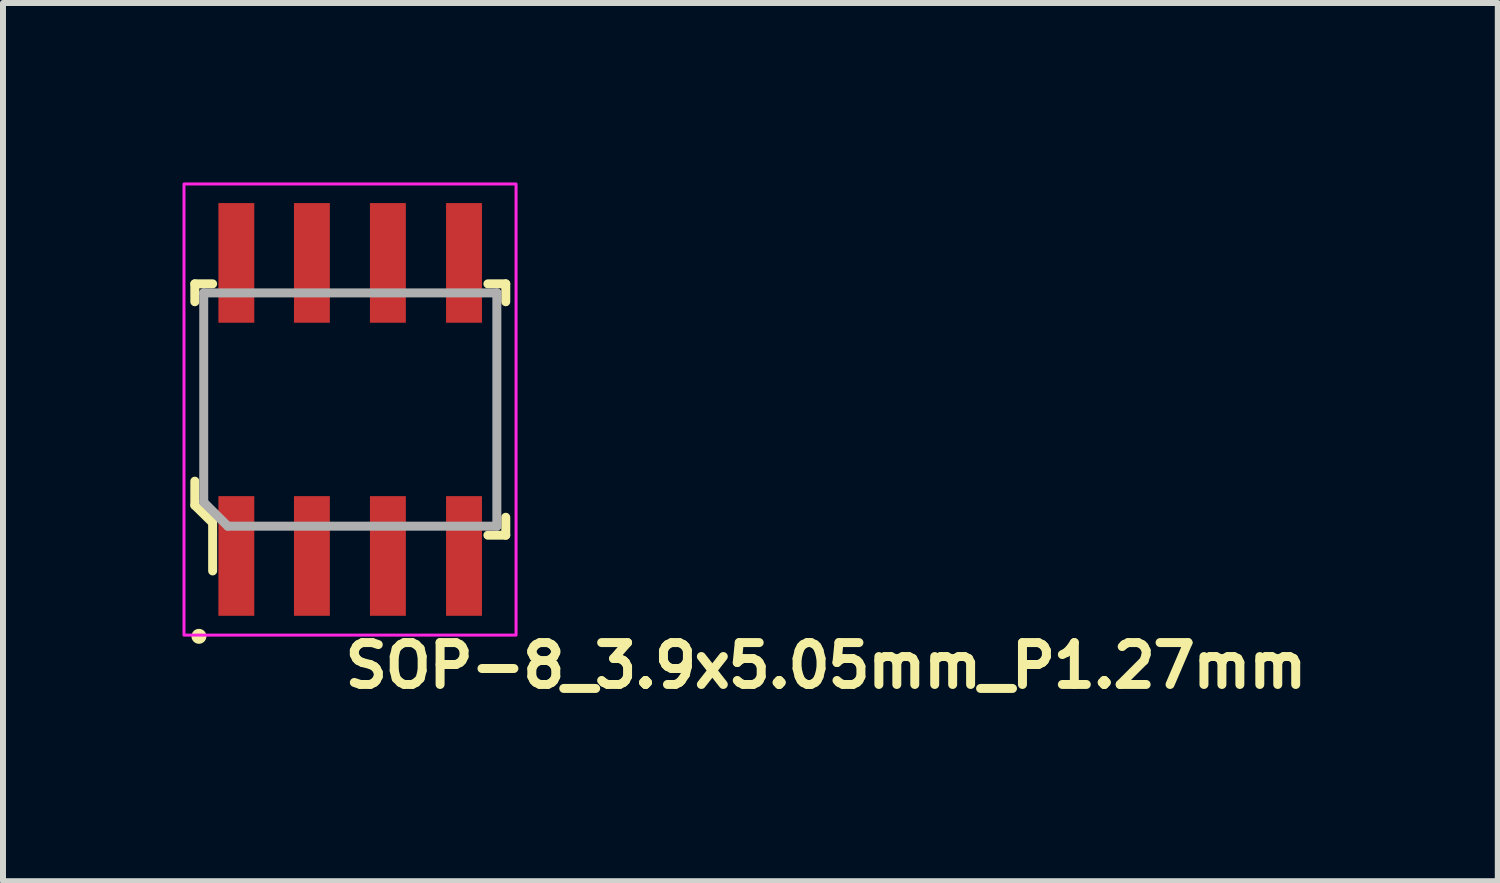
<source format=kicad_pcb>
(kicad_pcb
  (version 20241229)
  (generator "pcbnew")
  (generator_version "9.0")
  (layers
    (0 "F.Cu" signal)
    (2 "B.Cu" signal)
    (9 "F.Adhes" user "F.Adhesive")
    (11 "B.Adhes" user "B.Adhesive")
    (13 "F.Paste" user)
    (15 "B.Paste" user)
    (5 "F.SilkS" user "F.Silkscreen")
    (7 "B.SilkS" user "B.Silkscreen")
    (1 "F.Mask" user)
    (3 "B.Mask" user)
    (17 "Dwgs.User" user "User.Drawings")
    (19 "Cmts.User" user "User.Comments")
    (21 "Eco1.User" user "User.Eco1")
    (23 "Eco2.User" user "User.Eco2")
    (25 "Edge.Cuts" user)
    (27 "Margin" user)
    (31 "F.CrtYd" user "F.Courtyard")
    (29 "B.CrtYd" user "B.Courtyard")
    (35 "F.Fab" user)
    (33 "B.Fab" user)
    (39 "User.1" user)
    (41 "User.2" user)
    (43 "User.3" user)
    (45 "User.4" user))
  (footprint "SOP-8_3.9x5.05mm_P1.27mm"
    (layer "F.Cu")
    (at 2.815 3.775)
    (property "Reference" "SOP-8_3.9x5.05mm_P1.27mm" (at -0.175 4.708 0) (unlocked yes) (layer "F.SilkS") (effects (font (size 0.7 0.7) (thickness 0.15)) (justify left bottom)))
    (attr smd)
    (fp_line (start -2.609 -2.081) (end -2.609 -1.782) (stroke (width 0.15) (type solid)) (layer "F.SilkS"))
    (fp_line (start -2.609 1.217) (end -2.609 1.62) (stroke (width 0.15) (type solid)) (layer "F.SilkS"))
    (fp_line (start -2.609 1.62) (end -2.311 1.912) (stroke (width 0.15) (type solid)) (layer "F.SilkS"))
    (fp_line (start -2.311 -2.081) (end -2.609 -2.081) (stroke (width 0.15) (type solid)) (layer "F.SilkS"))
    (fp_line (start -2.311 1.912) (end -2.311 2.717) (stroke (width 0.15) (type solid)) (layer "F.SilkS"))
    (fp_line (start 2.289 -2.081) (end 2.588 -2.081) (stroke (width 0.15) (type solid)) (layer "F.SilkS"))
    (fp_line (start 2.289 2.12) (end 2.588 2.12) (stroke (width 0.15) (type solid)) (layer "F.SilkS"))
    (fp_line (start 2.588 -2.081) (end 2.588 -1.782) (stroke (width 0.15) (type solid)) (layer "F.SilkS"))
    (fp_line (start 2.588 2.12) (end 2.588 1.82) (stroke (width 0.15) (type solid)) (layer "F.SilkS"))
    (fp_circle (center -2.54 3.81) (end -2.49 3.81) (stroke (width 0.15) (type solid)) (fill yes) (layer "F.SilkS"))
    (fp_rect (start -2.79 -3.75) (end 2.76 3.79) (stroke (width 0.05) (type solid)) (fill no) (layer "F.CrtYd"))
    (fp_line (start -2.46 -1.93) (end 2.439 -1.93) (stroke (width 0.15) (type solid)) (layer "F.Fab"))
    (fp_line (start -2.46 1.568) (end -2.46 -1.93) (stroke (width 0.15) (type solid)) (layer "F.Fab"))
    (fp_line (start -2.46 1.568) (end -2.058 1.969) (stroke (width 0.15) (type solid)) (layer "F.Fab"))
    (fp_line (start -2.058 1.969) (end 2.439 1.969) (stroke (width 0.15) (type solid)) (layer "F.Fab"))
    (fp_line (start 2.439 -1.93) (end 2.439 1.969) (stroke (width 0.15) (type solid)) (layer "F.Fab"))
    (fp_rect (start -2.539 -3) (end 2.536 2.999) (stroke (width 0.1) (type solid)) (fill no) (layer "User.5"))
    (fp_line (start -2.539 -1.95) (end -2.447 -1.859) (stroke (width 0.02) (type solid)) (layer "User.9"))
    (fp_line (start -2.539 1.949) (end -2.539 -1.95) (stroke (width 0.02) (type solid)) (layer "User.9"))
    (fp_line (start -2.539 1.949) (end -2.447 1.858) (stroke (width 0.02) (type solid)) (layer "User.9"))
    (fp_line (start -2.447 1.858) (end -2.398 1.808) (stroke (width 0.02) (type solid)) (layer "User.9"))
    (fp_line (start -2.398 -1.809) (end -2.447 -1.859) (stroke (width 0.02) (type solid)) (layer "User.9"))
    (fp_line (start -2.148 1.314) (end -2.148 1.314) (stroke (width 0.02) (type solid)) (layer "User.9"))
    (fp_line (start -2.148 1.314) (end -2.146 1.326) (stroke (width 0.02) (type solid)) (layer "User.9"))
    (fp_line (start -2.146 1.302) (end -2.148 1.314) (stroke (width 0.02) (type solid)) (layer "User.9"))
    (fp_line (start -2.146 1.326) (end -2.145 1.338) (stroke (width 0.02) (type solid)) (layer "User.9"))
    (fp_line (start -2.145 1.277) (end -2.145 1.29) (stroke (width 0.02) (type solid)) (layer "User.9"))
    (fp_line (start -2.145 1.29) (end -2.146 1.302) (stroke (width 0.02) (type solid)) (layer "User.9"))
    (fp_line (start -2.145 1.338) (end -2.145 1.352) (stroke (width 0.02) (type solid)) (layer "User.9"))
    (fp_line (start -2.145 1.352) (end -2.142 1.364) (stroke (width 0.02) (type solid)) (layer "User.9"))
    (fp_line (start -2.142 1.265) (end -2.145 1.277) (stroke (width 0.02) (type solid)) (layer "User.9"))
    (fp_line (start -2.142 1.364) (end -2.14 1.374) (stroke (width 0.02) (type solid)) (layer "User.9"))
    (fp_line (start -2.14 1.253) (end -2.142 1.265) (stroke (width 0.02) (type solid)) (layer "User.9"))
    (fp_line (start -2.14 1.374) (end -2.137 1.386) (stroke (width 0.02) (type solid)) (layer "User.9"))
    (fp_line (start -2.137 1.241) (end -2.14 1.253) (stroke (width 0.02) (type solid)) (layer "User.9"))
    (fp_line (start -2.137 1.386) (end -2.133 1.398) (stroke (width 0.02) (type solid)) (layer "User.9"))
    (fp_line (start -2.133 1.231) (end -2.137 1.241) (stroke (width 0.02) (type solid)) (layer "User.9"))
    (fp_line (start -2.133 1.398) (end -2.129 1.409) (stroke (width 0.02) (type solid)) (layer "User.9"))
    (fp_line (start -2.129 1.219) (end -2.133 1.231) (stroke (width 0.02) (type solid)) (layer "User.9"))
    (fp_line (start -2.129 1.409) (end -2.124 1.419) (stroke (width 0.02) (type solid)) (layer "User.9"))
    (fp_line (start -2.125 -2.725) (end -2.125 -3) (stroke (width 0.02) (type solid)) (layer "User.9"))
    (fp_line (start -2.125 -2.725) (end -2.125 -2.634) (stroke (width 0.02) (type solid)) (layer "User.9"))
    (fp_line (start -2.125 -2.634) (end -2.125 -2.165) (stroke (width 0.02) (type solid)) (layer "User.9"))
    (fp_line (start -2.125 -2.165) (end -2.125 -2.074) (stroke (width 0.02) (type solid)) (layer "User.9"))
    (fp_line (start -2.125 -1.95) (end -2.125 -2.074) (stroke (width 0.02) (type solid)) (layer "User.9"))
    (fp_line (start -2.125 2.072) (end -2.125 1.949) (stroke (width 0.02) (type solid)) (layer "User.9"))
    (fp_line (start -2.125 2.164) (end -2.125 2.072) (stroke (width 0.02) (type solid)) (layer "User.9"))
    (fp_line (start -2.125 2.632) (end -2.125 2.164) (stroke (width 0.02) (type solid)) (layer "User.9"))
    (fp_line (start -2.125 2.722) (end -2.125 2.632) (stroke (width 0.02) (type solid)) (layer "User.9"))
    (fp_line (start -2.125 2.999) (end -2.125 2.722) (stroke (width 0.02) (type solid)) (layer "User.9"))
    (fp_line (start -2.124 1.209) (end -2.129 1.219) (stroke (width 0.02) (type solid)) (layer "User.9"))
    (fp_line (start -2.124 1.419) (end -2.117 1.431) (stroke (width 0.02) (type solid)) (layer "User.9"))
    (fp_line (start -2.117 1.197) (end -2.124 1.209) (stroke (width 0.02) (type solid)) (layer "User.9"))
    (fp_line (start -2.117 1.431) (end -2.112 1.441) (stroke (width 0.02) (type solid)) (layer "User.9"))
    (fp_line (start -2.112 1.187) (end -2.117 1.197) (stroke (width 0.02) (type solid)) (layer "User.9"))
    (fp_line (start -2.112 1.441) (end -2.105 1.451) (stroke (width 0.02) (type solid)) (layer "User.9"))
    (fp_line (start -2.105 1.177) (end -2.112 1.187) (stroke (width 0.02) (type solid)) (layer "User.9"))
    (fp_line (start -2.105 1.451) (end -2.098 1.459) (stroke (width 0.02) (type solid)) (layer "User.9"))
    (fp_line (start -2.098 1.169) (end -2.105 1.177) (stroke (width 0.02) (type solid)) (layer "User.9"))
    (fp_line (start -2.098 1.459) (end -2.092 1.469) (stroke (width 0.02) (type solid)) (layer "User.9"))
    (fp_line (start -2.092 1.159) (end -2.098 1.169) (stroke (width 0.02) (type solid)) (layer "User.9"))
    (fp_line (start -2.092 1.469) (end -2.084 1.477) (stroke (width 0.02) (type solid)) (layer "User.9"))
    (fp_line (start -2.084 1.15) (end -2.092 1.159) (stroke (width 0.02) (type solid)) (layer "User.9"))
    (fp_line (start -2.084 1.477) (end -2.076 1.487) (stroke (width 0.02) (type solid)) (layer "User.9"))
    (fp_line (start -2.076 1.142) (end -2.084 1.15) (stroke (width 0.02) (type solid)) (layer "User.9"))
    (fp_line (start -2.076 1.487) (end -2.068 1.495) (stroke (width 0.02) (type solid)) (layer "User.9"))
    (fp_line (start -2.068 1.134) (end -2.076 1.142) (stroke (width 0.02) (type solid)) (layer "User.9"))
    (fp_line (start -2.068 1.495) (end -2.058 1.503) (stroke (width 0.02) (type solid)) (layer "User.9"))
    (fp_line (start -2.058 1.126) (end -2.068 1.134) (stroke (width 0.02) (type solid)) (layer "User.9"))
    (fp_line (start -2.058 1.503) (end -2.049 1.509) (stroke (width 0.02) (type solid)) (layer "User.9"))
    (fp_line (start -2.049 1.118) (end -2.058 1.126) (stroke (width 0.02) (type solid)) (layer "User.9"))
    (fp_line (start -2.049 1.509) (end -2.04 1.517) (stroke (width 0.02) (type solid)) (layer "User.9"))
    (fp_line (start -2.04 1.112) (end -2.049 1.118) (stroke (width 0.02) (type solid)) (layer "User.9"))
    (fp_line (start -2.04 1.517) (end -2.029 1.523) (stroke (width 0.02) (type solid)) (layer "User.9"))
    (fp_line (start -2.029 1.106) (end -2.04 1.112) (stroke (width 0.02) (type solid)) (layer "User.9"))
    (fp_line (start -2.029 1.523) (end -2.02 1.529) (stroke (width 0.02) (type solid)) (layer "User.9"))
    (fp_line (start -2.02 1.1) (end -2.029 1.106) (stroke (width 0.02) (type solid)) (layer "User.9"))
    (fp_line (start -2.02 1.529) (end -2.009 1.533) (stroke (width 0.02) (type solid)) (layer "User.9"))
    (fp_line (start -2.009 1.094) (end -2.02 1.1) (stroke (width 0.02) (type solid)) (layer "User.9"))
    (fp_line (start -2.009 1.533) (end -1.998 1.538) (stroke (width 0.02) (type solid)) (layer "User.9"))
    (fp_line (start -1.998 1.09) (end -2.009 1.094) (stroke (width 0.02) (type solid)) (layer "User.9"))
    (fp_line (start -1.998 1.538) (end -1.988 1.542) (stroke (width 0.02) (type solid)) (layer "User.9"))
    (fp_line (start -1.988 1.086) (end -1.998 1.09) (stroke (width 0.02) (type solid)) (layer "User.9"))
    (fp_line (start -1.988 1.542) (end -1.976 1.546) (stroke (width 0.02) (type solid)) (layer "User.9"))
    (fp_line (start -1.976 1.082) (end -1.988 1.086) (stroke (width 0.02) (type solid)) (layer "User.9"))
    (fp_line (start -1.976 1.546) (end -1.964 1.55) (stroke (width 0.02) (type solid)) (layer "User.9"))
    (fp_line (start -1.964 1.078) (end -1.976 1.082) (stroke (width 0.02) (type solid)) (layer "User.9"))
    (fp_line (start -1.964 1.55) (end -1.952 1.552) (stroke (width 0.02) (type solid)) (layer "User.9"))
    (fp_line (start -1.952 1.076) (end -1.964 1.078) (stroke (width 0.02) (type solid)) (layer "User.9"))
    (fp_line (start -1.952 1.552) (end -1.94 1.554) (stroke (width 0.02) (type solid)) (layer "User.9"))
    (fp_line (start -1.94 1.074) (end -1.952 1.076) (stroke (width 0.02) (type solid)) (layer "User.9"))
    (fp_line (start -1.94 1.554) (end -1.928 1.556) (stroke (width 0.02) (type solid)) (layer "User.9"))
    (fp_line (start -1.928 1.072) (end -1.94 1.074) (stroke (width 0.02) (type solid)) (layer "User.9"))
    (fp_line (start -1.928 1.556) (end -1.917 1.558) (stroke (width 0.02) (type solid)) (layer "User.9"))
    (fp_line (start -1.917 1.07) (end -1.928 1.072) (stroke (width 0.02) (type solid)) (layer "User.9"))
    (fp_line (start -1.917 1.558) (end -1.903 1.558) (stroke (width 0.02) (type solid)) (layer "User.9"))
    (fp_line (start -1.903 1.07) (end -1.917 1.07) (stroke (width 0.02) (type solid)) (layer "User.9"))
    (fp_line (start -1.903 1.07) (end -1.903 1.07) (stroke (width 0.02) (type solid)) (layer "User.9"))
    (fp_line (start -1.903 1.558) (end -1.903 1.558) (stroke (width 0.02) (type solid)) (layer "User.9"))
    (fp_line (start -1.903 1.558) (end -1.891 1.558) (stroke (width 0.02) (type solid)) (layer "User.9"))
    (fp_line (start -1.891 1.07) (end -1.903 1.07) (stroke (width 0.02) (type solid)) (layer "User.9"))
    (fp_line (start -1.891 1.558) (end -1.879 1.556) (stroke (width 0.02) (type solid)) (layer "User.9"))
    (fp_line (start -1.879 1.072) (end -1.891 1.07) (stroke (width 0.02) (type solid)) (layer "User.9"))
    (fp_line (start -1.879 1.556) (end -1.867 1.554) (stroke (width 0.02) (type solid)) (layer "User.9"))
    (fp_line (start -1.867 1.074) (end -1.879 1.072) (stroke (width 0.02) (type solid)) (layer "User.9"))
    (fp_line (start -1.867 1.554) (end -1.855 1.552) (stroke (width 0.02) (type solid)) (layer "User.9"))
    (fp_line (start -1.855 1.076) (end -1.867 1.074) (stroke (width 0.02) (type solid)) (layer "User.9"))
    (fp_line (start -1.855 1.552) (end -1.843 1.55) (stroke (width 0.02) (type solid)) (layer "User.9"))
    (fp_line (start -1.843 1.078) (end -1.855 1.076) (stroke (width 0.02) (type solid)) (layer "User.9"))
    (fp_line (start -1.843 1.55) (end -1.831 1.546) (stroke (width 0.02) (type solid)) (layer "User.9"))
    (fp_line (start -1.831 1.082) (end -1.843 1.078) (stroke (width 0.02) (type solid)) (layer "User.9"))
    (fp_line (start -1.831 1.546) (end -1.819 1.542) (stroke (width 0.02) (type solid)) (layer "User.9"))
    (fp_line (start -1.819 1.086) (end -1.831 1.082) (stroke (width 0.02) (type solid)) (layer "User.9"))
    (fp_line (start -1.819 1.542) (end -1.809 1.538) (stroke (width 0.02) (type solid)) (layer "User.9"))
    (fp_line (start -1.809 1.09) (end -1.819 1.086) (stroke (width 0.02) (type solid)) (layer "User.9"))
    (fp_line (start -1.809 1.538) (end -1.797 1.533) (stroke (width 0.02) (type solid)) (layer "User.9"))
    (fp_line (start -1.797 1.094) (end -1.809 1.09) (stroke (width 0.02) (type solid)) (layer "User.9"))
    (fp_line (start -1.797 1.533) (end -1.788 1.529) (stroke (width 0.02) (type solid)) (layer "User.9"))
    (fp_line (start -1.788 1.1) (end -1.797 1.094) (stroke (width 0.02) (type solid)) (layer "User.9"))
    (fp_line (start -1.788 1.529) (end -1.778 1.523) (stroke (width 0.02) (type solid)) (layer "User.9"))
    (fp_line (start -1.778 1.106) (end -1.788 1.1) (stroke (width 0.02) (type solid)) (layer "User.9"))
    (fp_line (start -1.778 1.523) (end -1.768 1.517) (stroke (width 0.02) (type solid)) (layer "User.9"))
    (fp_line (start -1.768 1.112) (end -1.778 1.106) (stroke (width 0.02) (type solid)) (layer "User.9"))
    (fp_line (start -1.768 1.517) (end -1.758 1.509) (stroke (width 0.02) (type solid)) (layer "User.9"))
    (fp_line (start -1.758 1.118) (end -1.768 1.112) (stroke (width 0.02) (type solid)) (layer "User.9"))
    (fp_line (start -1.758 1.509) (end -1.748 1.503) (stroke (width 0.02) (type solid)) (layer "User.9"))
    (fp_line (start -1.748 1.126) (end -1.758 1.118) (stroke (width 0.02) (type solid)) (layer "User.9"))
    (fp_line (start -1.748 1.503) (end -1.74 1.495) (stroke (width 0.02) (type solid)) (layer "User.9"))
    (fp_line (start -1.74 1.134) (end -1.748 1.126) (stroke (width 0.02) (type solid)) (layer "User.9"))
    (fp_line (start -1.74 1.495) (end -1.732 1.487) (stroke (width 0.02) (type solid)) (layer "User.9"))
    (fp_line (start -1.732 1.142) (end -1.74 1.134) (stroke (width 0.02) (type solid)) (layer "User.9"))
    (fp_line (start -1.732 1.487) (end -1.724 1.477) (stroke (width 0.02) (type solid)) (layer "User.9"))
    (fp_line (start -1.724 1.15) (end -1.732 1.142) (stroke (width 0.02) (type solid)) (layer "User.9"))
    (fp_line (start -1.724 1.477) (end -1.716 1.469) (stroke (width 0.02) (type solid)) (layer "User.9"))
    (fp_line (start -1.716 1.159) (end -1.724 1.15) (stroke (width 0.02) (type solid)) (layer "User.9"))
    (fp_line (start -1.716 1.469) (end -1.708 1.459) (stroke (width 0.02) (type solid)) (layer "User.9"))
    (fp_line (start -1.708 1.169) (end -1.716 1.159) (stroke (width 0.02) (type solid)) (layer "User.9"))
    (fp_line (start -1.708 1.459) (end -1.702 1.451) (stroke (width 0.02) (type solid)) (layer "User.9"))
    (fp_line (start -1.702 1.177) (end -1.708 1.169) (stroke (width 0.02) (type solid)) (layer "User.9"))
    (fp_line (start -1.702 1.451) (end -1.696 1.441) (stroke (width 0.02) (type solid)) (layer "User.9"))
    (fp_line (start -1.696 1.187) (end -1.702 1.177) (stroke (width 0.02) (type solid)) (layer "User.9"))
    (fp_line (start -1.696 1.441) (end -1.69 1.431) (stroke (width 0.02) (type solid)) (layer "User.9"))
    (fp_line (start -1.69 1.197) (end -1.696 1.187) (stroke (width 0.02) (type solid)) (layer "User.9"))
    (fp_line (start -1.69 1.431) (end -1.684 1.419) (stroke (width 0.02) (type solid)) (layer "User.9"))
    (fp_line (start -1.686 -3) (end -2.125 -3) (stroke (width 0.02) (type solid)) (layer "User.9"))
    (fp_line (start -1.686 -2.725) (end -1.686 -3) (stroke (width 0.02) (type solid)) (layer "User.9"))
    (fp_line (start -1.686 -2.725) (end -1.686 -2.634) (stroke (width 0.02) (type solid)) (layer "User.9"))
    (fp_line (start -1.686 -2.634) (end -1.686 -2.165) (stroke (width 0.02) (type solid)) (layer "User.9"))
    (fp_line (start -1.686 -2.165) (end -1.686 -2.074) (stroke (width 0.02) (type solid)) (layer "User.9"))
    (fp_line (start -1.686 -1.95) (end -2.125 -1.95) (stroke (width 0.02) (type solid)) (layer "User.9"))
    (fp_line (start -1.686 -1.95) (end -1.686 -2.074) (stroke (width 0.02) (type solid)) (layer "User.9"))
    (fp_line (start -1.686 1.949) (end -2.125 1.949) (stroke (width 0.02) (type solid)) (layer "User.9"))
    (fp_line (start -1.686 2.072) (end -1.686 1.949) (stroke (width 0.02) (type solid)) (layer "User.9"))
    (fp_line (start -1.686 2.164) (end -1.686 2.072) (stroke (width 0.02) (type solid)) (layer "User.9"))
    (fp_line (start -1.686 2.632) (end -1.686 2.164) (stroke (width 0.02) (type solid)) (layer "User.9"))
    (fp_line (start -1.686 2.722) (end -1.686 2.632) (stroke (width 0.02) (type solid)) (layer "User.9"))
    (fp_line (start -1.686 2.999) (end -2.125 2.999) (stroke (width 0.02) (type solid)) (layer "User.9"))
    (fp_line (start -1.686 2.999) (end -1.686 2.722) (stroke (width 0.02) (type solid)) (layer "User.9"))
    (fp_line (start -1.684 1.209) (end -1.69 1.197) (stroke (width 0.02) (type solid)) (layer "User.9"))
    (fp_line (start -1.684 1.419) (end -1.678 1.409) (stroke (width 0.02) (type solid)) (layer "User.9"))
    (fp_line (start -1.678 1.219) (end -1.684 1.209) (stroke (width 0.02) (type solid)) (layer "User.9"))
    (fp_line (start -1.678 1.409) (end -1.674 1.398) (stroke (width 0.02) (type solid)) (layer "User.9"))
    (fp_line (start -1.674 1.231) (end -1.678 1.219) (stroke (width 0.02) (type solid)) (layer "User.9"))
    (fp_line (start -1.674 1.398) (end -1.67 1.386) (stroke (width 0.02) (type solid)) (layer "User.9"))
    (fp_line (start -1.67 1.241) (end -1.674 1.231) (stroke (width 0.02) (type solid)) (layer "User.9"))
    (fp_line (start -1.67 1.386) (end -1.668 1.374) (stroke (width 0.02) (type solid)) (layer "User.9"))
    (fp_line (start -1.668 1.253) (end -1.67 1.241) (stroke (width 0.02) (type solid)) (layer "User.9"))
    (fp_line (start -1.668 1.374) (end -1.665 1.364) (stroke (width 0.02) (type solid)) (layer "User.9"))
    (fp_line (start -1.665 1.265) (end -1.668 1.253) (stroke (width 0.02) (type solid)) (layer "User.9"))
    (fp_line (start -1.665 1.364) (end -1.663 1.352) (stroke (width 0.02) (type solid)) (layer "User.9"))
    (fp_line (start -1.663 1.277) (end -1.665 1.265) (stroke (width 0.02) (type solid)) (layer "User.9"))
    (fp_line (start -1.663 1.352) (end -1.661 1.338) (stroke (width 0.02) (type solid)) (layer "User.9"))
    (fp_line (start -1.661 1.29) (end -1.663 1.277) (stroke (width 0.02) (type solid)) (layer "User.9"))
    (fp_line (start -1.661 1.302) (end -1.661 1.29) (stroke (width 0.02) (type solid)) (layer "User.9"))
    (fp_line (start -1.661 1.326) (end -1.659 1.314) (stroke (width 0.02) (type solid)) (layer "User.9"))
    (fp_line (start -1.661 1.338) (end -1.661 1.326) (stroke (width 0.02) (type solid)) (layer "User.9"))
    (fp_line (start -1.659 1.314) (end -1.661 1.302) (stroke (width 0.02) (type solid)) (layer "User.9"))
    (fp_line (start -1.659 1.314) (end -1.659 1.314) (stroke (width 0.02) (type solid)) (layer "User.9"))
    (fp_line (start -1.659 1.314) (end -1.659 1.314) (stroke (width 0.02) (type solid)) (layer "User.9"))
    (fp_line (start -0.855 -2.725) (end -0.855 -3) (stroke (width 0.02) (type solid)) (layer "User.9"))
    (fp_line (start -0.855 -2.725) (end -0.855 -2.634) (stroke (width 0.02) (type solid)) (layer "User.9"))
    (fp_line (start -0.855 -2.634) (end -0.855 -2.165) (stroke (width 0.02) (type solid)) (layer "User.9"))
    (fp_line (start -0.855 -2.165) (end -0.855 -2.074) (stroke (width 0.02) (type solid)) (layer "User.9"))
    (fp_line (start -0.855 -1.95) (end -0.855 -2.074) (stroke (width 0.02) (type solid)) (layer "User.9"))
    (fp_line (start -0.855 2.072) (end -0.855 1.949) (stroke (width 0.02) (type solid)) (layer "User.9"))
    (fp_line (start -0.855 2.164) (end -0.855 2.072) (stroke (width 0.02) (type solid)) (layer "User.9"))
    (fp_line (start -0.855 2.632) (end -0.855 2.164) (stroke (width 0.02) (type solid)) (layer "User.9"))
    (fp_line (start -0.855 2.722) (end -0.855 2.632) (stroke (width 0.02) (type solid)) (layer "User.9"))
    (fp_line (start -0.855 2.999) (end -0.855 2.722) (stroke (width 0.02) (type solid)) (layer "User.9"))
    (fp_line (start -0.416 -3) (end -0.855 -3) (stroke (width 0.02) (type solid)) (layer "User.9"))
    (fp_line (start -0.416 -2.725) (end -0.416 -3) (stroke (width 0.02) (type solid)) (layer "User.9"))
    (fp_line (start -0.416 -2.725) (end -0.416 -2.634) (stroke (width 0.02) (type solid)) (layer "User.9"))
    (fp_line (start -0.416 -2.634) (end -0.416 -2.165) (stroke (width 0.02) (type solid)) (layer "User.9"))
    (fp_line (start -0.416 -2.165) (end -0.416 -2.074) (stroke (width 0.02) (type solid)) (layer "User.9"))
    (fp_line (start -0.416 -1.95) (end -0.855 -1.95) (stroke (width 0.02) (type solid)) (layer "User.9"))
    (fp_line (start -0.416 -1.95) (end -0.416 -2.074) (stroke (width 0.02) (type solid)) (layer "User.9"))
    (fp_line (start -0.416 1.949) (end -0.855 1.949) (stroke (width 0.02) (type solid)) (layer "User.9"))
    (fp_line (start -0.416 2.072) (end -0.416 1.949) (stroke (width 0.02) (type solid)) (layer "User.9"))
    (fp_line (start -0.416 2.164) (end -0.416 2.072) (stroke (width 0.02) (type solid)) (layer "User.9"))
    (fp_line (start -0.416 2.632) (end -0.416 2.164) (stroke (width 0.02) (type solid)) (layer "User.9"))
    (fp_line (start -0.416 2.722) (end -0.416 2.632) (stroke (width 0.02) (type solid)) (layer "User.9"))
    (fp_line (start -0.416 2.999) (end -0.855 2.999) (stroke (width 0.02) (type solid)) (layer "User.9"))
    (fp_line (start -0.416 2.999) (end -0.416 2.722) (stroke (width 0.02) (type solid)) (layer "User.9"))
    (fp_line (start 0.414 -2.725) (end 0.414 -3) (stroke (width 0.02) (type solid)) (layer "User.9"))
    (fp_line (start 0.414 -2.725) (end 0.414 -2.634) (stroke (width 0.02) (type solid)) (layer "User.9"))
    (fp_line (start 0.414 -2.634) (end 0.414 -2.165) (stroke (width 0.02) (type solid)) (layer "User.9"))
    (fp_line (start 0.414 -2.165) (end 0.414 -2.074) (stroke (width 0.02) (type solid)) (layer "User.9"))
    (fp_line (start 0.414 -1.95) (end 0.414 -2.074) (stroke (width 0.02) (type solid)) (layer "User.9"))
    (fp_line (start 0.414 2.072) (end 0.414 1.949) (stroke (width 0.02) (type solid)) (layer "User.9"))
    (fp_line (start 0.414 2.164) (end 0.414 2.072) (stroke (width 0.02) (type solid)) (layer "User.9"))
    (fp_line (start 0.414 2.632) (end 0.414 2.164) (stroke (width 0.02) (type solid)) (layer "User.9"))
    (fp_line (start 0.414 2.722) (end 0.414 2.632) (stroke (width 0.02) (type solid)) (layer "User.9"))
    (fp_line (start 0.414 2.999) (end 0.414 2.722) (stroke (width 0.02) (type solid)) (layer "User.9"))
    (fp_line (start 0.853 -3) (end 0.414 -3) (stroke (width 0.02) (type solid)) (layer "User.9"))
    (fp_line (start 0.853 -2.725) (end 0.853 -3) (stroke (width 0.02) (type solid)) (layer "User.9"))
    (fp_line (start 0.853 -2.725) (end 0.853 -2.634) (stroke (width 0.02) (type solid)) (layer "User.9"))
    (fp_line (start 0.853 -2.634) (end 0.853 -2.165) (stroke (width 0.02) (type solid)) (layer "User.9"))
    (fp_line (start 0.853 -2.165) (end 0.853 -2.074) (stroke (width 0.02) (type solid)) (layer "User.9"))
    (fp_line (start 0.853 -1.95) (end 0.414 -1.95) (stroke (width 0.02) (type solid)) (layer "User.9"))
    (fp_line (start 0.853 -1.95) (end 0.853 -2.074) (stroke (width 0.02) (type solid)) (layer "User.9"))
    (fp_line (start 0.853 1.949) (end 0.414 1.949) (stroke (width 0.02) (type solid)) (layer "User.9"))
    (fp_line (start 0.853 2.072) (end 0.853 1.949) (stroke (width 0.02) (type solid)) (layer "User.9"))
    (fp_line (start 0.853 2.164) (end 0.853 2.072) (stroke (width 0.02) (type solid)) (layer "User.9"))
    (fp_line (start 0.853 2.632) (end 0.853 2.164) (stroke (width 0.02) (type solid)) (layer "User.9"))
    (fp_line (start 0.853 2.722) (end 0.853 2.632) (stroke (width 0.02) (type solid)) (layer "User.9"))
    (fp_line (start 0.853 2.999) (end 0.414 2.999) (stroke (width 0.02) (type solid)) (layer "User.9"))
    (fp_line (start 0.853 2.999) (end 0.853 2.722) (stroke (width 0.02) (type solid)) (layer "User.9"))
    (fp_line (start 1.685 -2.725) (end 1.685 -3) (stroke (width 0.02) (type solid)) (layer "User.9"))
    (fp_line (start 1.685 -2.725) (end 1.685 -2.634) (stroke (width 0.02) (type solid)) (layer "User.9"))
    (fp_line (start 1.685 -2.634) (end 1.685 -2.165) (stroke (width 0.02) (type solid)) (layer "User.9"))
    (fp_line (start 1.685 -2.165) (end 1.685 -2.074) (stroke (width 0.02) (type solid)) (layer "User.9"))
    (fp_line (start 1.685 -1.95) (end 1.685 -2.074) (stroke (width 0.02) (type solid)) (layer "User.9"))
    (fp_line (start 1.685 2.072) (end 1.685 1.949) (stroke (width 0.02) (type solid)) (layer "User.9"))
    (fp_line (start 1.685 2.164) (end 1.685 2.072) (stroke (width 0.02) (type solid)) (layer "User.9"))
    (fp_line (start 1.685 2.632) (end 1.685 2.164) (stroke (width 0.02) (type solid)) (layer "User.9"))
    (fp_line (start 1.685 2.722) (end 1.685 2.632) (stroke (width 0.02) (type solid)) (layer "User.9"))
    (fp_line (start 1.685 2.999) (end 1.685 2.722) (stroke (width 0.02) (type solid)) (layer "User.9"))
    (fp_line (start 2.124 -3) (end 1.685 -3) (stroke (width 0.02) (type solid)) (layer "User.9"))
    (fp_line (start 2.124 -2.725) (end 2.124 -3) (stroke (width 0.02) (type solid)) (layer "User.9"))
    (fp_line (start 2.124 -2.725) (end 2.124 -2.634) (stroke (width 0.02) (type solid)) (layer "User.9"))
    (fp_line (start 2.124 -2.634) (end 2.124 -2.165) (stroke (width 0.02) (type solid)) (layer "User.9"))
    (fp_line (start 2.124 -2.165) (end 2.124 -2.074) (stroke (width 0.02) (type solid)) (layer "User.9"))
    (fp_line (start 2.124 -1.95) (end 1.685 -1.95) (stroke (width 0.02) (type solid)) (layer "User.9"))
    (fp_line (start 2.124 -1.95) (end 2.124 -2.074) (stroke (width 0.02) (type solid)) (layer "User.9"))
    (fp_line (start 2.124 1.949) (end 1.685 1.949) (stroke (width 0.02) (type solid)) (layer "User.9"))
    (fp_line (start 2.124 2.072) (end 2.124 1.949) (stroke (width 0.02) (type solid)) (layer "User.9"))
    (fp_line (start 2.124 2.164) (end 2.124 2.072) (stroke (width 0.02) (type solid)) (layer "User.9"))
    (fp_line (start 2.124 2.632) (end 2.124 2.164) (stroke (width 0.02) (type solid)) (layer "User.9"))
    (fp_line (start 2.124 2.722) (end 2.124 2.632) (stroke (width 0.02) (type solid)) (layer "User.9"))
    (fp_line (start 2.124 2.999) (end 1.685 2.999) (stroke (width 0.02) (type solid)) (layer "User.9"))
    (fp_line (start 2.124 2.999) (end 2.124 2.722) (stroke (width 0.02) (type solid)) (layer "User.9"))
    (fp_line (start 2.444 -1.859) (end 2.395 -1.809) (stroke (width 0.02) (type solid)) (layer "User.9"))
    (fp_line (start 2.444 1.858) (end 2.395 1.808) (stroke (width 0.02) (type solid)) (layer "User.9"))
    (fp_line (start 2.536 -1.95) (end -2.539 -1.95) (stroke (width 0.02) (type solid)) (layer "User.9"))
    (fp_line (start 2.536 -1.95) (end 2.444 -1.859) (stroke (width 0.02) (type solid)) (layer "User.9"))
    (fp_line (start 2.536 1.949) (end -2.539 1.949) (stroke (width 0.02) (type solid)) (layer "User.9"))
    (fp_line (start 2.536 1.949) (end 2.444 1.858) (stroke (width 0.02) (type solid)) (layer "User.9"))
    (fp_line (start 2.536 1.949) (end 2.536 -1.95) (stroke (width 0.02) (type solid)) (layer "User.9"))
    (pad "1" smd rect (at -1.915 2.467) (size 0.6 2) (layers "F.Cu" "F.Mask" "F.Paste"))
    (pad "2" smd rect (at -0.652 2.467) (size 0.6 2) (layers "F.Cu" "F.Mask" "F.Paste"))
    (pad "3" smd rect (at 0.618 2.467) (size 0.6 2) (layers "F.Cu" "F.Mask" "F.Paste"))
    (pad "4" smd rect (at 1.89 2.467) (size 0.6 2) (layers "F.Cu" "F.Mask" "F.Paste"))
    (pad "5" smd rect (at 1.89 -2.431) (size 0.6 2) (layers "F.Cu" "F.Mask" "F.Paste"))
    (pad "6" smd rect (at 0.618 -2.431) (size 0.6 2) (layers "F.Cu" "F.Mask" "F.Paste"))
    (pad "7" smd rect (at -0.652 -2.431) (size 0.6 2) (layers "F.Cu" "F.Mask" "F.Paste"))
    (pad "8" smd rect (at -1.915 -2.431) (size 0.6 2) (layers "F.Cu" "F.Mask" "F.Paste")))
  (gr_rect
    (start -3 -3)
    (end 21.983 11.678)
    (stroke (width 0.1) (type default))
    (fill no)
    (layer "Edge.Cuts")))
</source>
